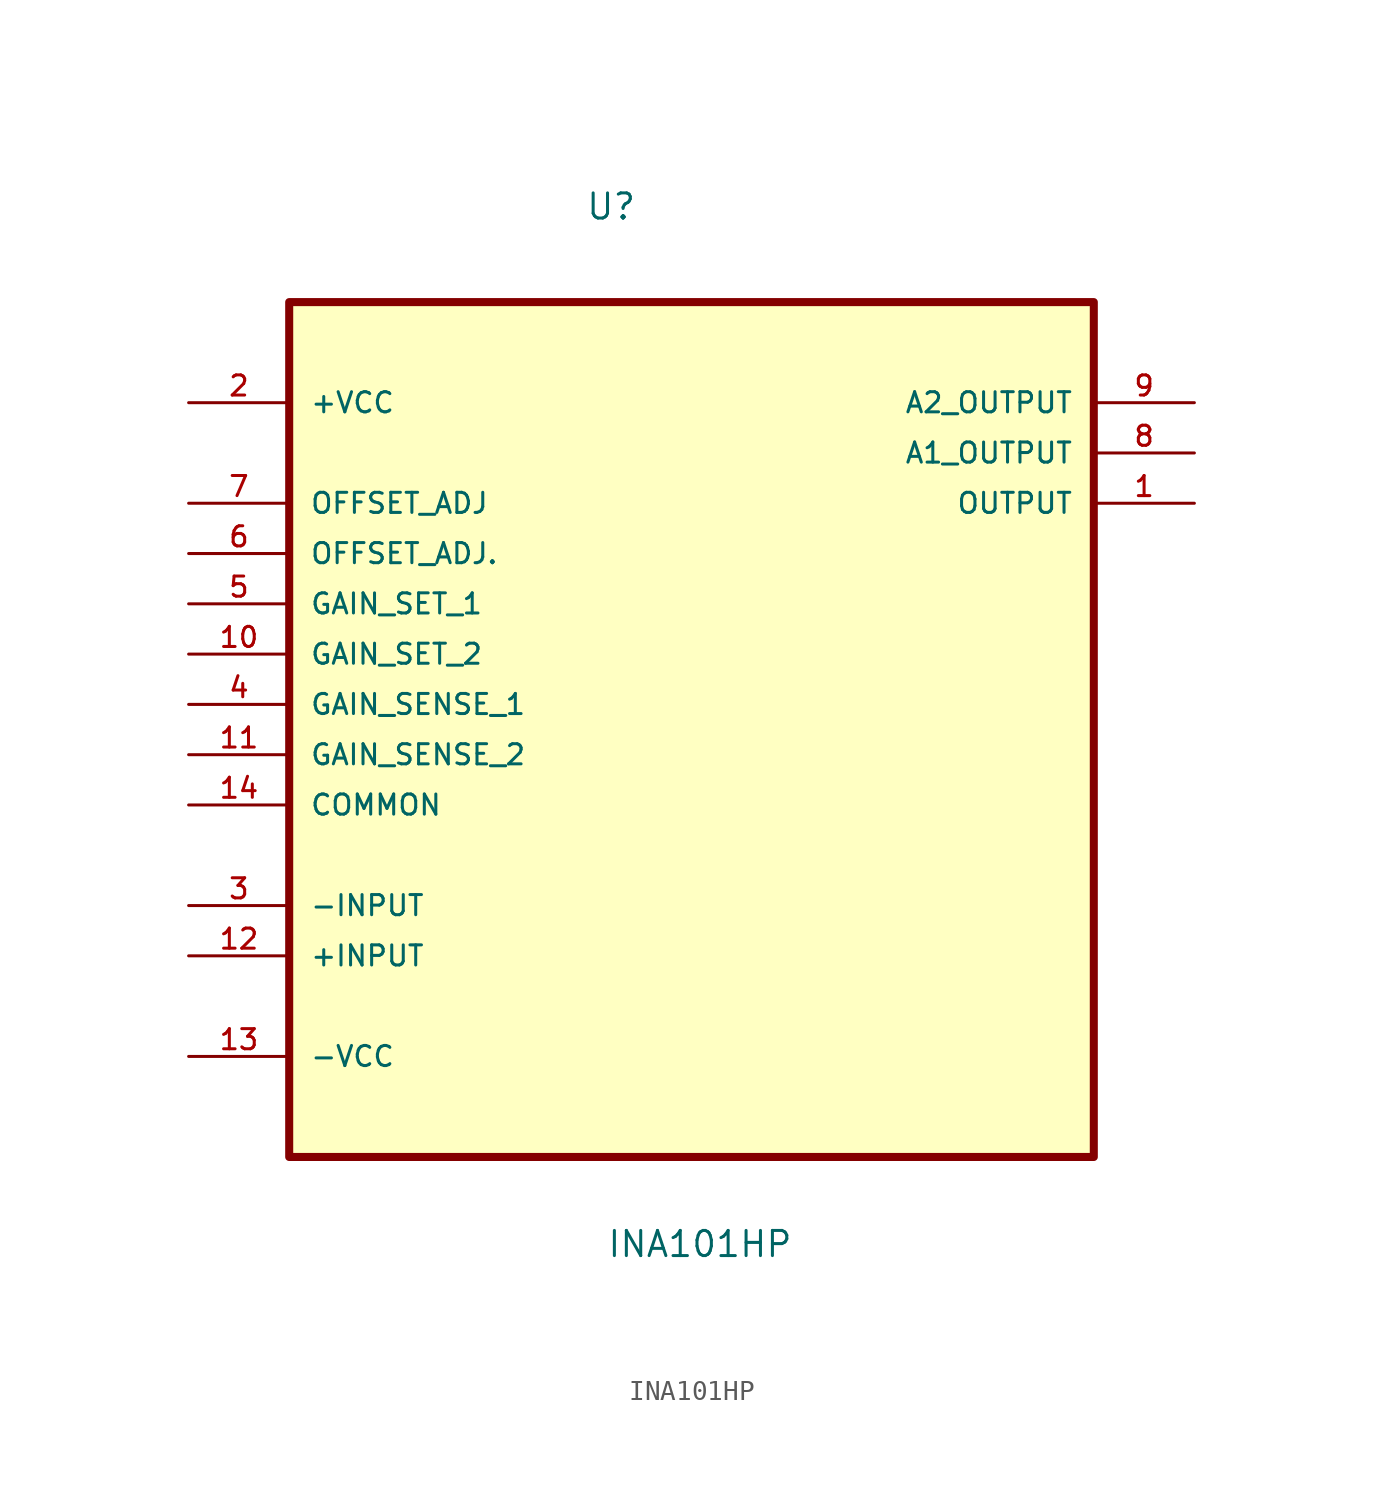
<source format=kicad_sym>
(kicad_symbol_lib
  (version 20211014)
  (generator kicad_symbol_editor)
  (symbol "INA101HP"
    (pin_names
      (offset 1.016))
    (property "Reference" "U"
      (at -5.37 21.862 0.0)
      (effects (font (size 1.27 1.27)) (justify bottom left)))
    (property "Value" "INA101HP"
      (at -4.298 -30.543 0.0)
      (effects (font (size 1.27 1.27)) (justify bottom left)))
    (symbol "INA101HP_0_0"
      (rectangle (start -20.32 -25.4) (end 20.32 17.78) (stroke (width 0.406)) (fill (type background)))
      (pin power_in line (at -25.4 12.7 0) (length 5.08) (name "+VCC" (effects (font (size 1.016 1.016)))) (number "2" (effects (font (size 1.016 1.016)))))
      (pin passive line (at -25.4 7.62 0) (length 5.08) (name "OFFSET_ADJ" (effects (font (size 1.016 1.016)))) (number "7" (effects (font (size 1.016 1.016)))))
      (pin passive line (at -25.4 5.08 0) (length 5.08) (name "OFFSET_ADJ." (effects (font (size 1.016 1.016)))) (number "6" (effects (font (size 1.016 1.016)))))
      (pin passive line (at -25.4 2.54 0) (length 5.08) (name "GAIN_SET_1" (effects (font (size 1.016 1.016)))) (number "5" (effects (font (size 1.016 1.016)))))
      (pin passive line (at -25.4 0.0 0) (length 5.08) (name "GAIN_SET_2" (effects (font (size 1.016 1.016)))) (number "10" (effects (font (size 1.016 1.016)))))
      (pin passive line (at -25.4 -2.54 0) (length 5.08) (name "GAIN_SENSE_1" (effects (font (size 1.016 1.016)))) (number "4" (effects (font (size 1.016 1.016)))))
      (pin passive line (at -25.4 -5.08 0) (length 5.08) (name "GAIN_SENSE_2" (effects (font (size 1.016 1.016)))) (number "11" (effects (font (size 1.016 1.016)))))
      (pin passive line (at -25.4 -7.62 0) (length 5.08) (name "COMMON" (effects (font (size 1.016 1.016)))) (number "14" (effects (font (size 1.016 1.016)))))
      (pin input line (at -25.4 -12.7 0) (length 5.08) (name "-INPUT" (effects (font (size 1.016 1.016)))) (number "3" (effects (font (size 1.016 1.016)))))
      (pin input line (at -25.4 -15.24 0) (length 5.08) (name "+INPUT" (effects (font (size 1.016 1.016)))) (number "12" (effects (font (size 1.016 1.016)))))
      (pin power_in line (at -25.4 -20.32 0) (length 5.08) (name "-VCC" (effects (font (size 1.016 1.016)))) (number "13" (effects (font (size 1.016 1.016)))))
      (pin output line (at 25.4 12.7 180.0) (length 5.08) (name "A2_OUTPUT" (effects (font (size 1.016 1.016)))) (number "9" (effects (font (size 1.016 1.016)))))
      (pin output line (at 25.4 10.16 180.0) (length 5.08) (name "A1_OUTPUT" (effects (font (size 1.016 1.016)))) (number "8" (effects (font (size 1.016 1.016)))))
      (pin output line (at 25.4 7.62 180.0) (length 5.08) (name "OUTPUT" (effects (font (size 1.016 1.016)))) (number "1" (effects (font (size 1.016 1.016))))))))
</source>
